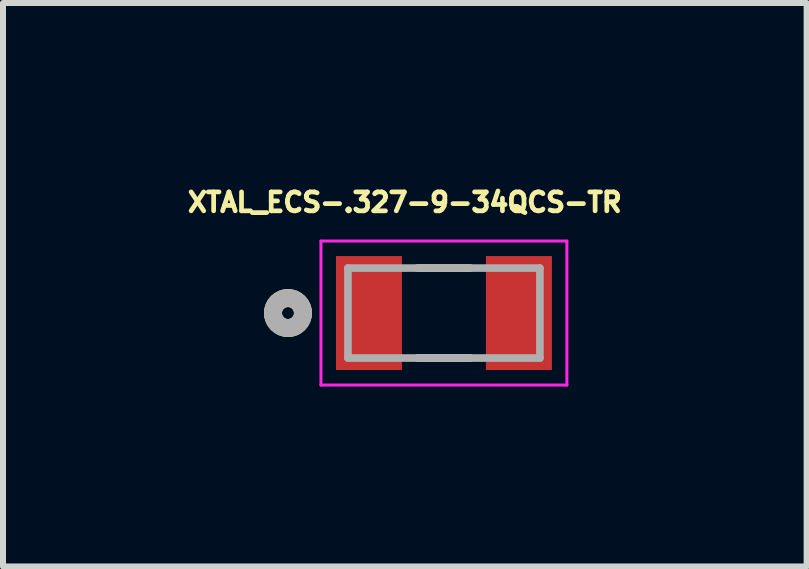
<source format=kicad_pcb>
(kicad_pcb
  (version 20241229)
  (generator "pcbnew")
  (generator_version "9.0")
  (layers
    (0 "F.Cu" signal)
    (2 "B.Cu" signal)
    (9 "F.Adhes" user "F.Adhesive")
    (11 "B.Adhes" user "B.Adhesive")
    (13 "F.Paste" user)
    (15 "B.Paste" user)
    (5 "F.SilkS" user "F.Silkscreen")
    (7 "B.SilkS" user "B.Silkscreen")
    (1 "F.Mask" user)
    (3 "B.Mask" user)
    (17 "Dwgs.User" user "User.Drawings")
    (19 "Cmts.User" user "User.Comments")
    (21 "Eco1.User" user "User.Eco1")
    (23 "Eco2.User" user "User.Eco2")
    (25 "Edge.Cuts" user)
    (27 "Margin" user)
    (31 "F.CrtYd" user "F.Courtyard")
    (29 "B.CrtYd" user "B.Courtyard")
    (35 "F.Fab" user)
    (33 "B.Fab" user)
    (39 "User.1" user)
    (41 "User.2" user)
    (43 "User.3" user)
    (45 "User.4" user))
  (footprint "XTAL_ECS-.327-9-34QCS-TR"
    (layer "F.Cu")
    (at 4.351 2.169)
    (property "Reference" "XTAL_ECS-.327-9-34QCS-TR" (at -0.652 -1.846 0) (layer "F.SilkS") (effects (font (size 0.315 0.315) (thickness 0.15))))
    (attr smd)
    (fp_line (start -0.44 -0.75) (end 0.44 -0.75) (stroke (width 0.127) (type solid)) (layer "F.SilkS"))
    (fp_line (start -0.44 0.75) (end 0.44 0.75) (stroke (width 0.127) (type solid)) (layer "F.SilkS"))
    (fp_circle (center -2.6 0) (end -2.5 0) (stroke (width 0.3) (type solid)) (fill no) (layer "F.SilkS"))
    (fp_line (start -2.05 -1.2) (end -2.05 1.2) (stroke (width 0.05) (type solid)) (layer "F.CrtYd"))
    (fp_line (start -2.05 1.2) (end 2.05 1.2) (stroke (width 0.05) (type solid)) (layer "F.CrtYd"))
    (fp_line (start 2.05 -1.2) (end -2.05 -1.2) (stroke (width 0.05) (type solid)) (layer "F.CrtYd"))
    (fp_line (start 2.05 1.2) (end 2.05 -1.2) (stroke (width 0.05) (type solid)) (layer "F.CrtYd"))
    (fp_line (start -1.6 -0.75) (end -1.6 0.75) (stroke (width 0.127) (type solid)) (layer "F.Fab"))
    (fp_line (start -1.6 0.75) (end 1.6 0.75) (stroke (width 0.127) (type solid)) (layer "F.Fab"))
    (fp_line (start 1.6 -0.75) (end -1.6 -0.75) (stroke (width 0.127) (type solid)) (layer "F.Fab"))
    (fp_line (start 1.6 0.75) (end 1.6 -0.75) (stroke (width 0.127) (type solid)) (layer "F.Fab"))
    (fp_circle (center -2.6 0) (end -2.5 0) (stroke (width 0.3) (type solid)) (fill no) (layer "F.Fab"))
    (pad "1" smd rect (at -1.25 0) (size 1.1 1.9) (layers "F.Cu" "F.Mask" "F.Paste"))
    (pad "2" smd rect (at 1.25 0) (size 1.1 1.9) (layers "F.Cu" "F.Mask" "F.Paste")))
  (gr_rect
    (start -3 -3)
    (end 10.398 6.394)
    (stroke (width 0.1) (type default))
    (fill no)
    (layer "Edge.Cuts")))
</source>
